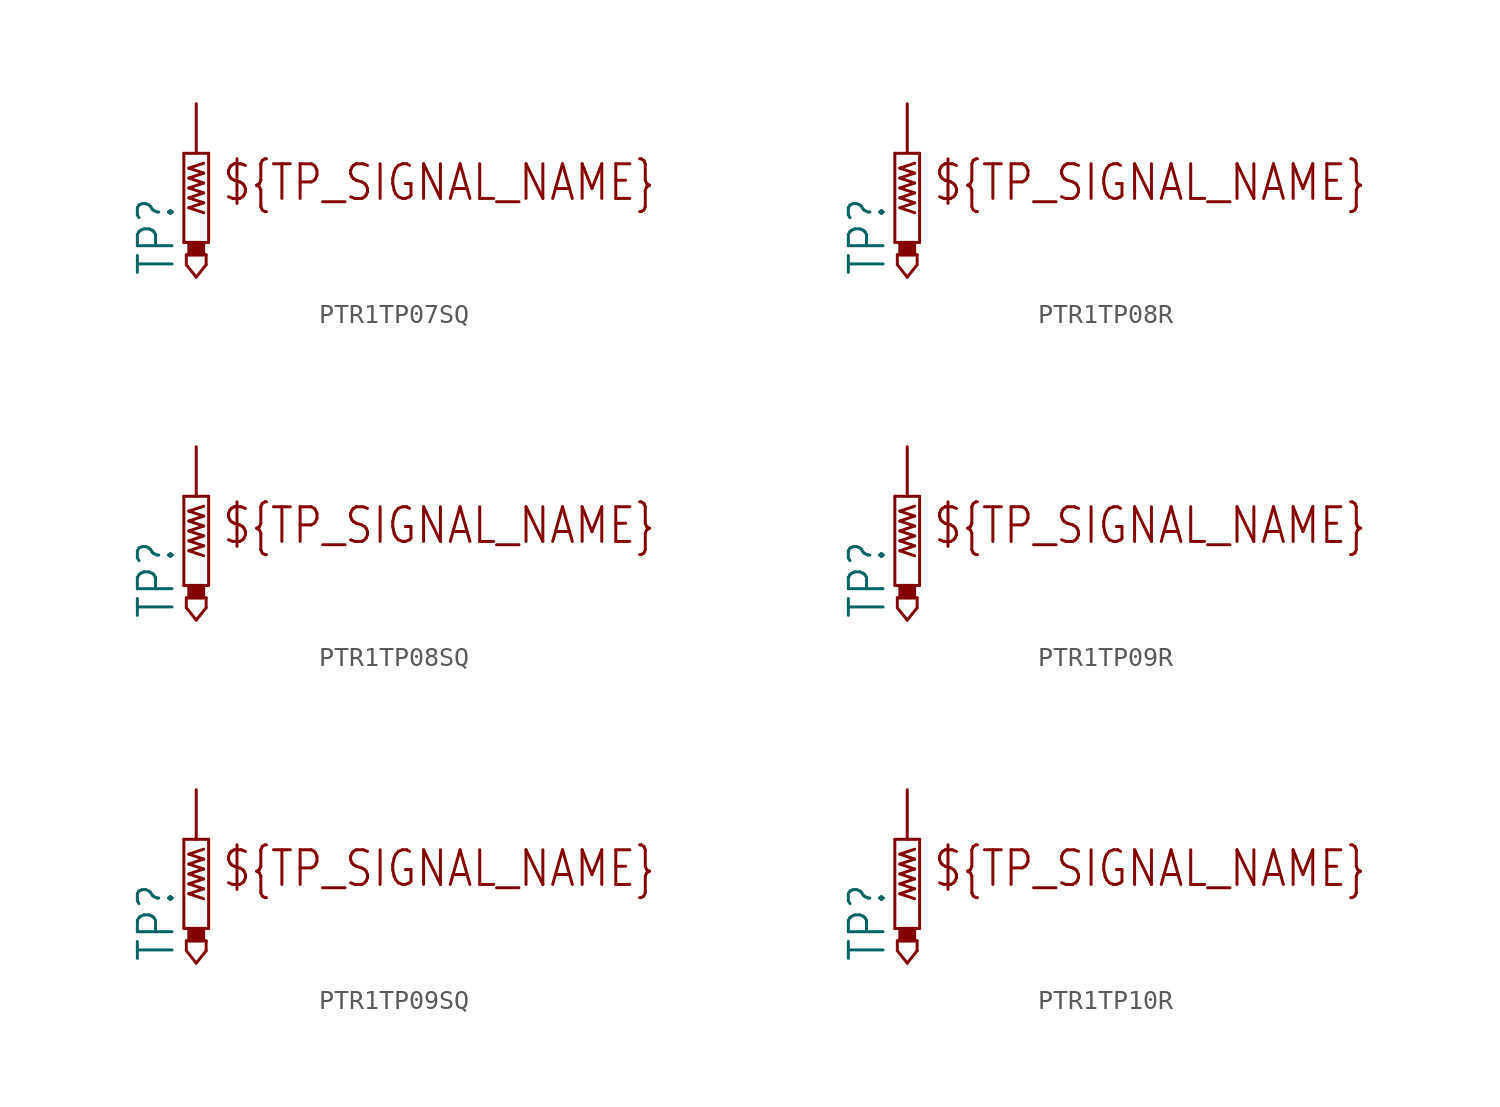
<source format=kicad_sym>
(kicad_symbol_lib
  (version 20231120)
  (generator "kicad_symbol_editor")
  (generator_version "8.0")
  (symbol "PTR1TP07SQ"
    (property "Reference" "TP"
      (at -1.016 -6.35 90)
      (effects (font (size 1.778 1.511)) (justify left bottom)))
    (property "ki_locked" ""
      (at 0 0 0)
      (effects (font (size 1.27 1.27))))
    (symbol "PTR1TP07SQ_1_0"
      (rectangle (start -0.381 -5.207) (end 0.381 -4.572) (stroke (width 0) (type default)) (fill (type outline)))
      (polyline (pts (xy -0.635 0) (xy -0.635 -4.572)) (stroke (width 0.152) (type solid)) (fill (type none)))
      (polyline (pts (xy -0.508 -5.715) (xy 0 -6.35)) (stroke (width 0.152) (type solid)) (fill (type none)))
      (polyline (pts (xy -0.508 -5.207) (xy -0.508 -5.715)) (stroke (width 0.152) (type solid)) (fill (type none)))
      (polyline (pts (xy -0.381 -2.794) (xy 0.381 -2.54)) (stroke (width 0.152) (type solid)) (fill (type none)))
      (polyline (pts (xy -0.381 -2.286) (xy 0.381 -2.032)) (stroke (width 0.152) (type solid)) (fill (type none)))
      (polyline (pts (xy -0.381 -1.778) (xy 0.381 -1.524)) (stroke (width 0.152) (type solid)) (fill (type none)))
      (polyline (pts (xy -0.381 -1.27) (xy 0.381 -1.016)) (stroke (width 0.152) (type solid)) (fill (type none)))
      (polyline (pts (xy -0.381 -0.762) (xy 0.381 -0.508)) (stroke (width 0.152) (type solid)) (fill (type none)))
      (polyline (pts (xy 0 -6.35) (xy 0.508 -5.715)) (stroke (width 0.152) (type solid)) (fill (type none)))
      (polyline (pts (xy 0.381 -3.048) (xy -0.381 -2.794)) (stroke (width 0.152) (type solid)) (fill (type none)))
      (polyline (pts (xy 0.381 -2.54) (xy -0.381 -2.286)) (stroke (width 0.152) (type solid)) (fill (type none)))
      (polyline (pts (xy 0.381 -2.032) (xy -0.381 -1.778)) (stroke (width 0.152) (type solid)) (fill (type none)))
      (polyline (pts (xy 0.381 -1.524) (xy -0.381 -1.27)) (stroke (width 0.152) (type solid)) (fill (type none)))
      (polyline (pts (xy 0.381 -1.016) (xy -0.381 -0.762)) (stroke (width 0.152) (type solid)) (fill (type none)))
      (polyline (pts (xy 0.508 -5.715) (xy 0.508 -5.207)) (stroke (width 0.152) (type solid)) (fill (type none)))
      (polyline (pts (xy 0.508 -5.207) (xy -0.508 -5.207)) (stroke (width 0.152) (type solid)) (fill (type none)))
      (polyline (pts (xy 0.635 -4.572) (xy -0.635 -4.572)) (stroke (width 0.152) (type solid)) (fill (type none)))
      (polyline (pts (xy 0.635 -4.572) (xy 0.635 0)) (stroke (width 0.152) (type solid)) (fill (type none)))
      (polyline (pts (xy 0.635 0) (xy -0.635 0)) (stroke (width 0.152) (type solid)) (fill (type none)))
      (text "${TP_SIGNAL_NAME}" (at 1.27 -2.54 0) (effects (font (size 1.778 1.511)) (justify left bottom)))
      (pin input line (at 0 2.54 270) (length 2.54) (name "TP" (effects (font (size 0 0)))) (number "TP" (effects (font (size 0 0)))))))
  (symbol "PTR1TP08R"
    (property "Reference" "TP"
      (at -1.016 -6.35 90)
      (effects (font (size 1.778 1.511)) (justify left bottom)))
    (property "ki_locked" ""
      (at 0 0 0)
      (effects (font (size 1.27 1.27))))
    (symbol "PTR1TP08R_1_0"
      (rectangle (start -0.381 -5.207) (end 0.381 -4.572) (stroke (width 0) (type default)) (fill (type outline)))
      (polyline (pts (xy -0.635 0) (xy -0.635 -4.572)) (stroke (width 0.152) (type solid)) (fill (type none)))
      (polyline (pts (xy -0.508 -5.715) (xy 0 -6.35)) (stroke (width 0.152) (type solid)) (fill (type none)))
      (polyline (pts (xy -0.508 -5.207) (xy -0.508 -5.715)) (stroke (width 0.152) (type solid)) (fill (type none)))
      (polyline (pts (xy -0.381 -2.794) (xy 0.381 -2.54)) (stroke (width 0.152) (type solid)) (fill (type none)))
      (polyline (pts (xy -0.381 -2.286) (xy 0.381 -2.032)) (stroke (width 0.152) (type solid)) (fill (type none)))
      (polyline (pts (xy -0.381 -1.778) (xy 0.381 -1.524)) (stroke (width 0.152) (type solid)) (fill (type none)))
      (polyline (pts (xy -0.381 -1.27) (xy 0.381 -1.016)) (stroke (width 0.152) (type solid)) (fill (type none)))
      (polyline (pts (xy -0.381 -0.762) (xy 0.381 -0.508)) (stroke (width 0.152) (type solid)) (fill (type none)))
      (polyline (pts (xy 0 -6.35) (xy 0.508 -5.715)) (stroke (width 0.152) (type solid)) (fill (type none)))
      (polyline (pts (xy 0.381 -3.048) (xy -0.381 -2.794)) (stroke (width 0.152) (type solid)) (fill (type none)))
      (polyline (pts (xy 0.381 -2.54) (xy -0.381 -2.286)) (stroke (width 0.152) (type solid)) (fill (type none)))
      (polyline (pts (xy 0.381 -2.032) (xy -0.381 -1.778)) (stroke (width 0.152) (type solid)) (fill (type none)))
      (polyline (pts (xy 0.381 -1.524) (xy -0.381 -1.27)) (stroke (width 0.152) (type solid)) (fill (type none)))
      (polyline (pts (xy 0.381 -1.016) (xy -0.381 -0.762)) (stroke (width 0.152) (type solid)) (fill (type none)))
      (polyline (pts (xy 0.508 -5.715) (xy 0.508 -5.207)) (stroke (width 0.152) (type solid)) (fill (type none)))
      (polyline (pts (xy 0.508 -5.207) (xy -0.508 -5.207)) (stroke (width 0.152) (type solid)) (fill (type none)))
      (polyline (pts (xy 0.635 -4.572) (xy -0.635 -4.572)) (stroke (width 0.152) (type solid)) (fill (type none)))
      (polyline (pts (xy 0.635 -4.572) (xy 0.635 0)) (stroke (width 0.152) (type solid)) (fill (type none)))
      (polyline (pts (xy 0.635 0) (xy -0.635 0)) (stroke (width 0.152) (type solid)) (fill (type none)))
      (text "${TP_SIGNAL_NAME}" (at 1.27 -2.54 0) (effects (font (size 1.778 1.511)) (justify left bottom)))
      (pin input line (at 0 2.54 270) (length 2.54) (name "TP" (effects (font (size 0 0)))) (number "TP" (effects (font (size 0 0)))))))
  (symbol "PTR1TP08SQ"
    (property "Reference" "TP"
      (at -1.016 -6.35 90)
      (effects (font (size 1.778 1.511)) (justify left bottom)))
    (property "ki_locked" ""
      (at 0 0 0)
      (effects (font (size 1.27 1.27))))
    (symbol "PTR1TP08SQ_1_0"
      (rectangle (start -0.381 -5.207) (end 0.381 -4.572) (stroke (width 0) (type default)) (fill (type outline)))
      (polyline (pts (xy -0.635 0) (xy -0.635 -4.572)) (stroke (width 0.152) (type solid)) (fill (type none)))
      (polyline (pts (xy -0.508 -5.715) (xy 0 -6.35)) (stroke (width 0.152) (type solid)) (fill (type none)))
      (polyline (pts (xy -0.508 -5.207) (xy -0.508 -5.715)) (stroke (width 0.152) (type solid)) (fill (type none)))
      (polyline (pts (xy -0.381 -2.794) (xy 0.381 -2.54)) (stroke (width 0.152) (type solid)) (fill (type none)))
      (polyline (pts (xy -0.381 -2.286) (xy 0.381 -2.032)) (stroke (width 0.152) (type solid)) (fill (type none)))
      (polyline (pts (xy -0.381 -1.778) (xy 0.381 -1.524)) (stroke (width 0.152) (type solid)) (fill (type none)))
      (polyline (pts (xy -0.381 -1.27) (xy 0.381 -1.016)) (stroke (width 0.152) (type solid)) (fill (type none)))
      (polyline (pts (xy -0.381 -0.762) (xy 0.381 -0.508)) (stroke (width 0.152) (type solid)) (fill (type none)))
      (polyline (pts (xy 0 -6.35) (xy 0.508 -5.715)) (stroke (width 0.152) (type solid)) (fill (type none)))
      (polyline (pts (xy 0.381 -3.048) (xy -0.381 -2.794)) (stroke (width 0.152) (type solid)) (fill (type none)))
      (polyline (pts (xy 0.381 -2.54) (xy -0.381 -2.286)) (stroke (width 0.152) (type solid)) (fill (type none)))
      (polyline (pts (xy 0.381 -2.032) (xy -0.381 -1.778)) (stroke (width 0.152) (type solid)) (fill (type none)))
      (polyline (pts (xy 0.381 -1.524) (xy -0.381 -1.27)) (stroke (width 0.152) (type solid)) (fill (type none)))
      (polyline (pts (xy 0.381 -1.016) (xy -0.381 -0.762)) (stroke (width 0.152) (type solid)) (fill (type none)))
      (polyline (pts (xy 0.508 -5.715) (xy 0.508 -5.207)) (stroke (width 0.152) (type solid)) (fill (type none)))
      (polyline (pts (xy 0.508 -5.207) (xy -0.508 -5.207)) (stroke (width 0.152) (type solid)) (fill (type none)))
      (polyline (pts (xy 0.635 -4.572) (xy -0.635 -4.572)) (stroke (width 0.152) (type solid)) (fill (type none)))
      (polyline (pts (xy 0.635 -4.572) (xy 0.635 0)) (stroke (width 0.152) (type solid)) (fill (type none)))
      (polyline (pts (xy 0.635 0) (xy -0.635 0)) (stroke (width 0.152) (type solid)) (fill (type none)))
      (text "${TP_SIGNAL_NAME}" (at 1.27 -2.54 0) (effects (font (size 1.778 1.511)) (justify left bottom)))
      (pin input line (at 0 2.54 270) (length 2.54) (name "TP" (effects (font (size 0 0)))) (number "TP" (effects (font (size 0 0)))))))
  (symbol "PTR1TP09R"
    (property "Reference" "TP"
      (at -1.016 -6.35 90)
      (effects (font (size 1.778 1.511)) (justify left bottom)))
    (property "ki_locked" ""
      (at 0 0 0)
      (effects (font (size 1.27 1.27))))
    (symbol "PTR1TP09R_1_0"
      (rectangle (start -0.381 -5.207) (end 0.381 -4.572) (stroke (width 0) (type default)) (fill (type outline)))
      (polyline (pts (xy -0.635 0) (xy -0.635 -4.572)) (stroke (width 0.152) (type solid)) (fill (type none)))
      (polyline (pts (xy -0.508 -5.715) (xy 0 -6.35)) (stroke (width 0.152) (type solid)) (fill (type none)))
      (polyline (pts (xy -0.508 -5.207) (xy -0.508 -5.715)) (stroke (width 0.152) (type solid)) (fill (type none)))
      (polyline (pts (xy -0.381 -2.794) (xy 0.381 -2.54)) (stroke (width 0.152) (type solid)) (fill (type none)))
      (polyline (pts (xy -0.381 -2.286) (xy 0.381 -2.032)) (stroke (width 0.152) (type solid)) (fill (type none)))
      (polyline (pts (xy -0.381 -1.778) (xy 0.381 -1.524)) (stroke (width 0.152) (type solid)) (fill (type none)))
      (polyline (pts (xy -0.381 -1.27) (xy 0.381 -1.016)) (stroke (width 0.152) (type solid)) (fill (type none)))
      (polyline (pts (xy -0.381 -0.762) (xy 0.381 -0.508)) (stroke (width 0.152) (type solid)) (fill (type none)))
      (polyline (pts (xy 0 -6.35) (xy 0.508 -5.715)) (stroke (width 0.152) (type solid)) (fill (type none)))
      (polyline (pts (xy 0.381 -3.048) (xy -0.381 -2.794)) (stroke (width 0.152) (type solid)) (fill (type none)))
      (polyline (pts (xy 0.381 -2.54) (xy -0.381 -2.286)) (stroke (width 0.152) (type solid)) (fill (type none)))
      (polyline (pts (xy 0.381 -2.032) (xy -0.381 -1.778)) (stroke (width 0.152) (type solid)) (fill (type none)))
      (polyline (pts (xy 0.381 -1.524) (xy -0.381 -1.27)) (stroke (width 0.152) (type solid)) (fill (type none)))
      (polyline (pts (xy 0.381 -1.016) (xy -0.381 -0.762)) (stroke (width 0.152) (type solid)) (fill (type none)))
      (polyline (pts (xy 0.508 -5.715) (xy 0.508 -5.207)) (stroke (width 0.152) (type solid)) (fill (type none)))
      (polyline (pts (xy 0.508 -5.207) (xy -0.508 -5.207)) (stroke (width 0.152) (type solid)) (fill (type none)))
      (polyline (pts (xy 0.635 -4.572) (xy -0.635 -4.572)) (stroke (width 0.152) (type solid)) (fill (type none)))
      (polyline (pts (xy 0.635 -4.572) (xy 0.635 0)) (stroke (width 0.152) (type solid)) (fill (type none)))
      (polyline (pts (xy 0.635 0) (xy -0.635 0)) (stroke (width 0.152) (type solid)) (fill (type none)))
      (text "${TP_SIGNAL_NAME}" (at 1.27 -2.54 0) (effects (font (size 1.778 1.511)) (justify left bottom)))
      (pin input line (at 0 2.54 270) (length 2.54) (name "TP" (effects (font (size 0 0)))) (number "TP" (effects (font (size 0 0)))))))
  (symbol "PTR1TP09SQ"
    (property "Reference" "TP"
      (at -1.016 -6.35 90)
      (effects (font (size 1.778 1.511)) (justify left bottom)))
    (property "ki_locked" ""
      (at 0 0 0)
      (effects (font (size 1.27 1.27))))
    (symbol "PTR1TP09SQ_1_0"
      (rectangle (start -0.381 -5.207) (end 0.381 -4.572) (stroke (width 0) (type default)) (fill (type outline)))
      (polyline (pts (xy -0.635 0) (xy -0.635 -4.572)) (stroke (width 0.152) (type solid)) (fill (type none)))
      (polyline (pts (xy -0.508 -5.715) (xy 0 -6.35)) (stroke (width 0.152) (type solid)) (fill (type none)))
      (polyline (pts (xy -0.508 -5.207) (xy -0.508 -5.715)) (stroke (width 0.152) (type solid)) (fill (type none)))
      (polyline (pts (xy -0.381 -2.794) (xy 0.381 -2.54)) (stroke (width 0.152) (type solid)) (fill (type none)))
      (polyline (pts (xy -0.381 -2.286) (xy 0.381 -2.032)) (stroke (width 0.152) (type solid)) (fill (type none)))
      (polyline (pts (xy -0.381 -1.778) (xy 0.381 -1.524)) (stroke (width 0.152) (type solid)) (fill (type none)))
      (polyline (pts (xy -0.381 -1.27) (xy 0.381 -1.016)) (stroke (width 0.152) (type solid)) (fill (type none)))
      (polyline (pts (xy -0.381 -0.762) (xy 0.381 -0.508)) (stroke (width 0.152) (type solid)) (fill (type none)))
      (polyline (pts (xy 0 -6.35) (xy 0.508 -5.715)) (stroke (width 0.152) (type solid)) (fill (type none)))
      (polyline (pts (xy 0.381 -3.048) (xy -0.381 -2.794)) (stroke (width 0.152) (type solid)) (fill (type none)))
      (polyline (pts (xy 0.381 -2.54) (xy -0.381 -2.286)) (stroke (width 0.152) (type solid)) (fill (type none)))
      (polyline (pts (xy 0.381 -2.032) (xy -0.381 -1.778)) (stroke (width 0.152) (type solid)) (fill (type none)))
      (polyline (pts (xy 0.381 -1.524) (xy -0.381 -1.27)) (stroke (width 0.152) (type solid)) (fill (type none)))
      (polyline (pts (xy 0.381 -1.016) (xy -0.381 -0.762)) (stroke (width 0.152) (type solid)) (fill (type none)))
      (polyline (pts (xy 0.508 -5.715) (xy 0.508 -5.207)) (stroke (width 0.152) (type solid)) (fill (type none)))
      (polyline (pts (xy 0.508 -5.207) (xy -0.508 -5.207)) (stroke (width 0.152) (type solid)) (fill (type none)))
      (polyline (pts (xy 0.635 -4.572) (xy -0.635 -4.572)) (stroke (width 0.152) (type solid)) (fill (type none)))
      (polyline (pts (xy 0.635 -4.572) (xy 0.635 0)) (stroke (width 0.152) (type solid)) (fill (type none)))
      (polyline (pts (xy 0.635 0) (xy -0.635 0)) (stroke (width 0.152) (type solid)) (fill (type none)))
      (text "${TP_SIGNAL_NAME}" (at 1.27 -2.54 0) (effects (font (size 1.778 1.511)) (justify left bottom)))
      (pin input line (at 0 2.54 270) (length 2.54) (name "TP" (effects (font (size 0 0)))) (number "TP" (effects (font (size 0 0)))))))
  (symbol "PTR1TP10R"
    (property "Reference" "TP"
      (at -1.016 -6.35 90)
      (effects (font (size 1.778 1.511)) (justify left bottom)))
    (property "ki_locked" ""
      (at 0 0 0)
      (effects (font (size 1.27 1.27))))
    (symbol "PTR1TP10R_1_0"
      (rectangle (start -0.381 -5.207) (end 0.381 -4.572) (stroke (width 0) (type default)) (fill (type outline)))
      (polyline (pts (xy -0.635 0) (xy -0.635 -4.572)) (stroke (width 0.152) (type solid)) (fill (type none)))
      (polyline (pts (xy -0.508 -5.715) (xy 0 -6.35)) (stroke (width 0.152) (type solid)) (fill (type none)))
      (polyline (pts (xy -0.508 -5.207) (xy -0.508 -5.715)) (stroke (width 0.152) (type solid)) (fill (type none)))
      (polyline (pts (xy -0.381 -2.794) (xy 0.381 -2.54)) (stroke (width 0.152) (type solid)) (fill (type none)))
      (polyline (pts (xy -0.381 -2.286) (xy 0.381 -2.032)) (stroke (width 0.152) (type solid)) (fill (type none)))
      (polyline (pts (xy -0.381 -1.778) (xy 0.381 -1.524)) (stroke (width 0.152) (type solid)) (fill (type none)))
      (polyline (pts (xy -0.381 -1.27) (xy 0.381 -1.016)) (stroke (width 0.152) (type solid)) (fill (type none)))
      (polyline (pts (xy -0.381 -0.762) (xy 0.381 -0.508)) (stroke (width 0.152) (type solid)) (fill (type none)))
      (polyline (pts (xy 0 -6.35) (xy 0.508 -5.715)) (stroke (width 0.152) (type solid)) (fill (type none)))
      (polyline (pts (xy 0.381 -3.048) (xy -0.381 -2.794)) (stroke (width 0.152) (type solid)) (fill (type none)))
      (polyline (pts (xy 0.381 -2.54) (xy -0.381 -2.286)) (stroke (width 0.152) (type solid)) (fill (type none)))
      (polyline (pts (xy 0.381 -2.032) (xy -0.381 -1.778)) (stroke (width 0.152) (type solid)) (fill (type none)))
      (polyline (pts (xy 0.381 -1.524) (xy -0.381 -1.27)) (stroke (width 0.152) (type solid)) (fill (type none)))
      (polyline (pts (xy 0.381 -1.016) (xy -0.381 -0.762)) (stroke (width 0.152) (type solid)) (fill (type none)))
      (polyline (pts (xy 0.508 -5.715) (xy 0.508 -5.207)) (stroke (width 0.152) (type solid)) (fill (type none)))
      (polyline (pts (xy 0.508 -5.207) (xy -0.508 -5.207)) (stroke (width 0.152) (type solid)) (fill (type none)))
      (polyline (pts (xy 0.635 -4.572) (xy -0.635 -4.572)) (stroke (width 0.152) (type solid)) (fill (type none)))
      (polyline (pts (xy 0.635 -4.572) (xy 0.635 0)) (stroke (width 0.152) (type solid)) (fill (type none)))
      (polyline (pts (xy 0.635 0) (xy -0.635 0)) (stroke (width 0.152) (type solid)) (fill (type none)))
      (text "${TP_SIGNAL_NAME}" (at 1.27 -2.54 0) (effects (font (size 1.778 1.511)) (justify left bottom)))
      (pin input line (at 0 2.54 270) (length 2.54) (name "TP" (effects (font (size 0 0)))) (number "TP" (effects (font (size 0 0))))))))
</source>
